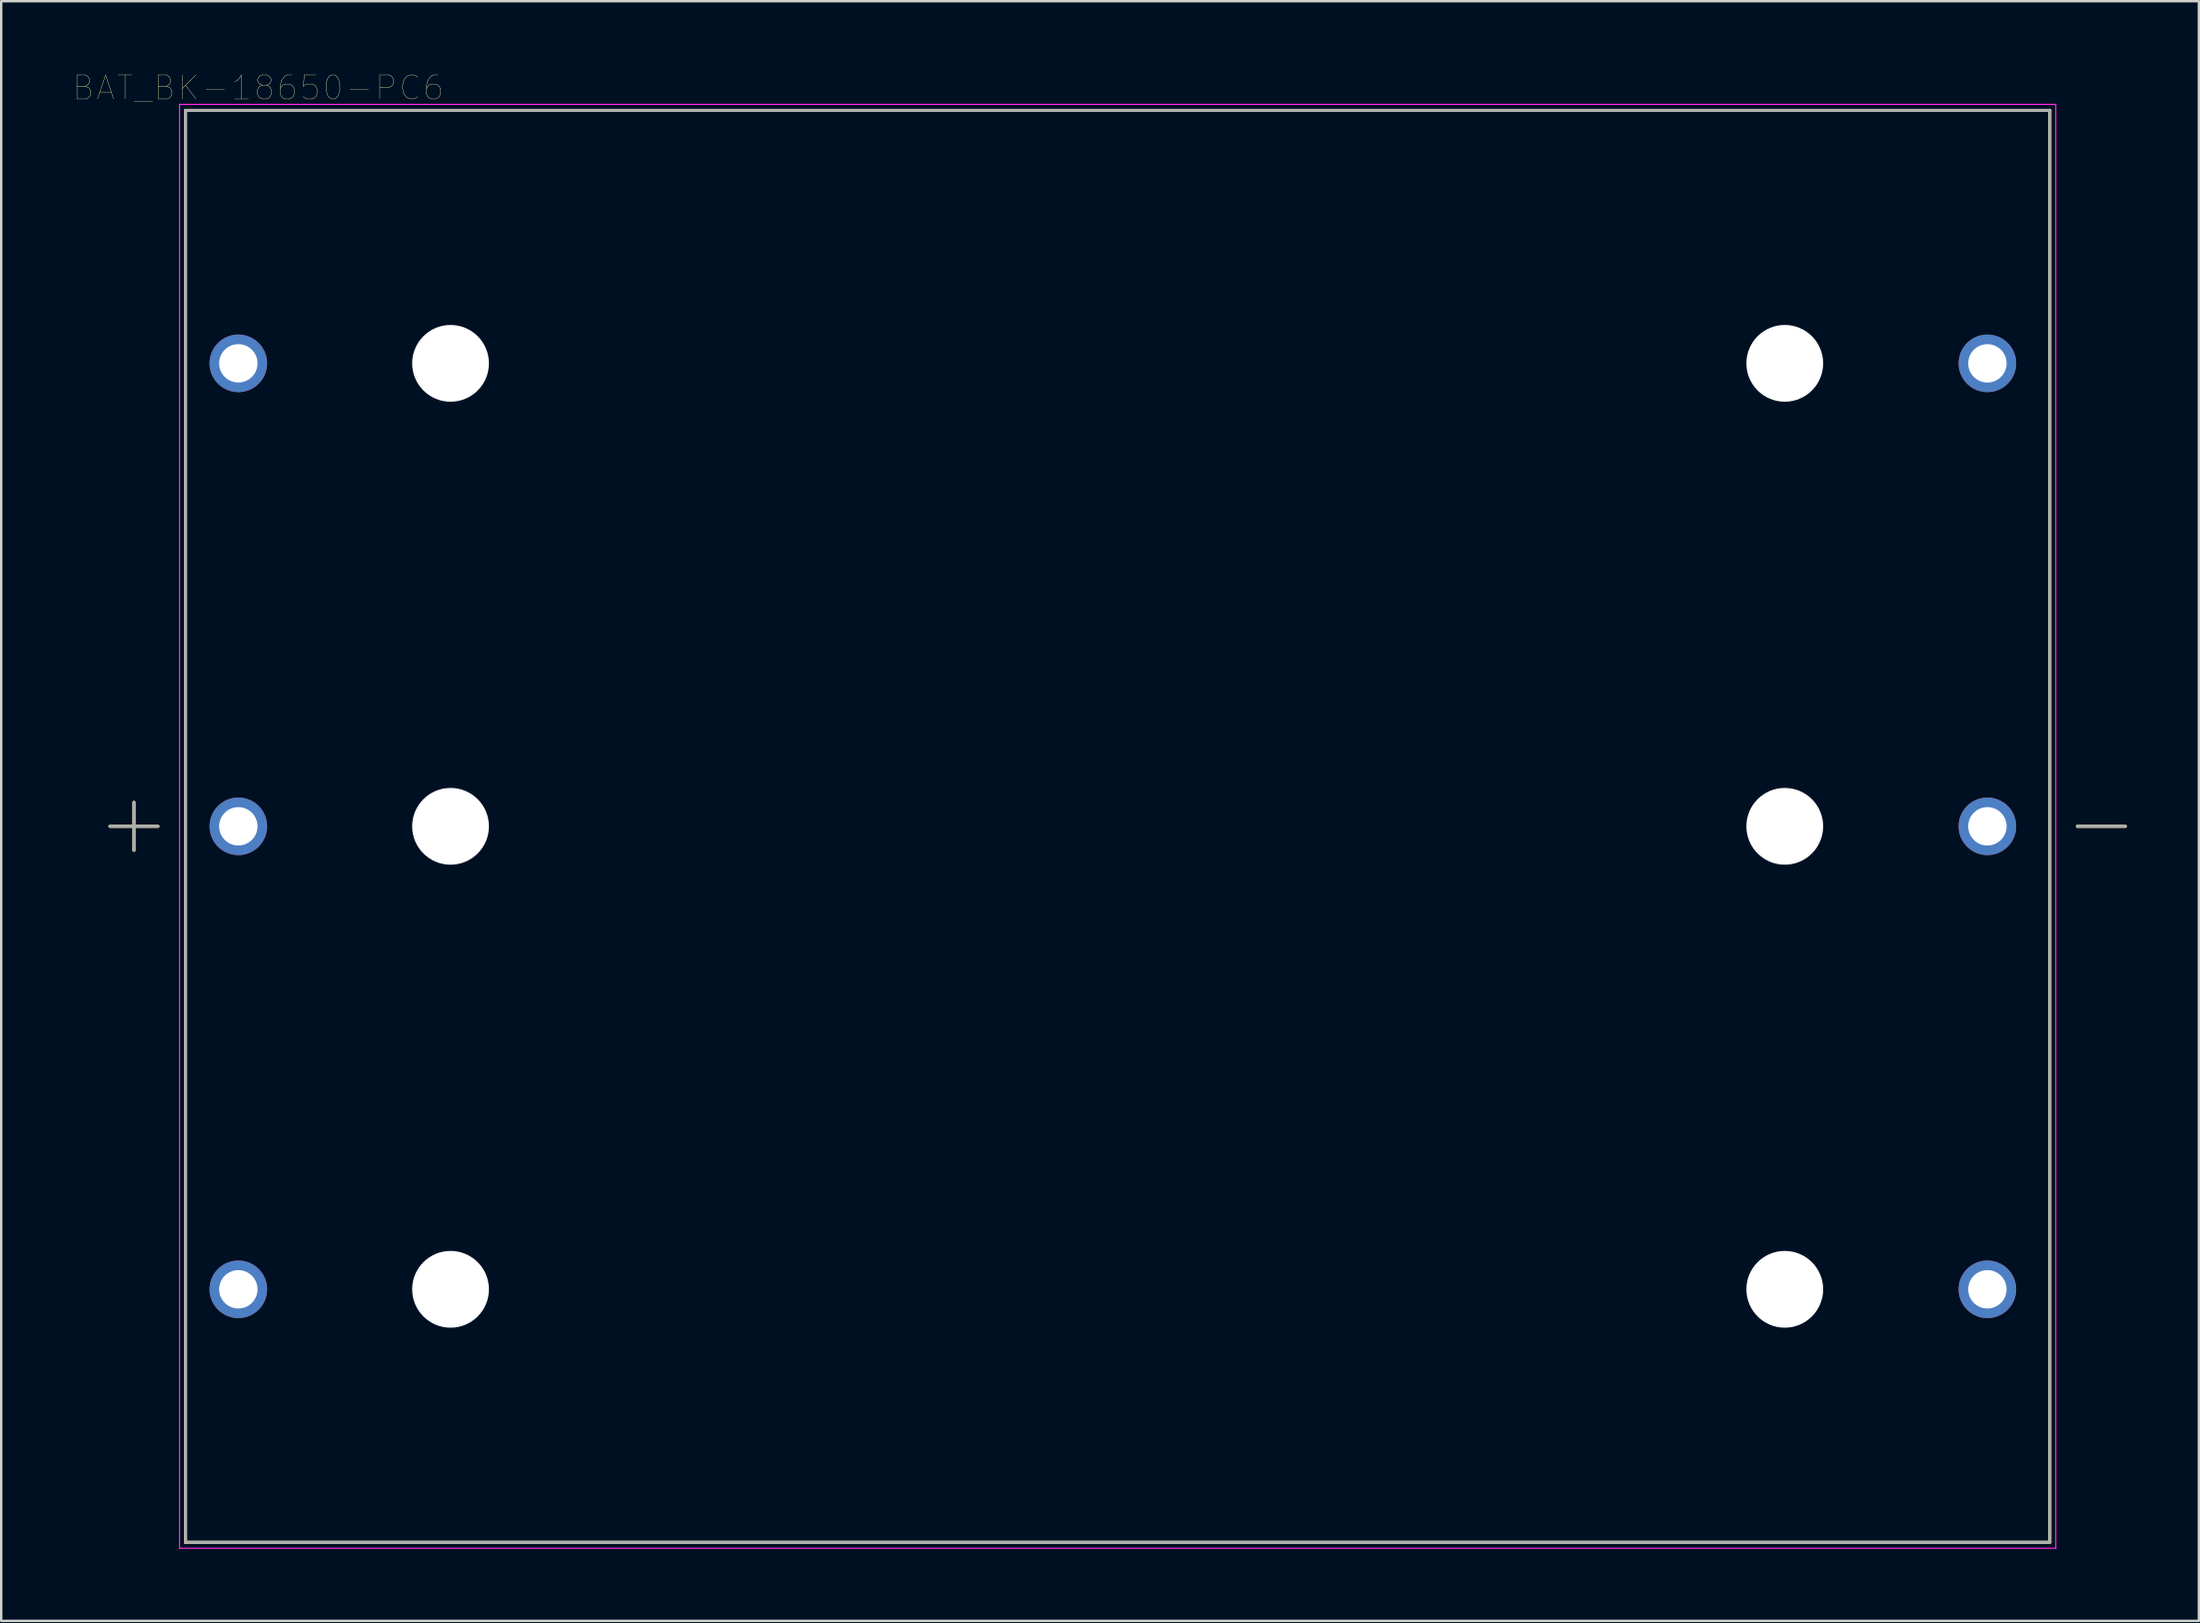
<source format=kicad_pcb>
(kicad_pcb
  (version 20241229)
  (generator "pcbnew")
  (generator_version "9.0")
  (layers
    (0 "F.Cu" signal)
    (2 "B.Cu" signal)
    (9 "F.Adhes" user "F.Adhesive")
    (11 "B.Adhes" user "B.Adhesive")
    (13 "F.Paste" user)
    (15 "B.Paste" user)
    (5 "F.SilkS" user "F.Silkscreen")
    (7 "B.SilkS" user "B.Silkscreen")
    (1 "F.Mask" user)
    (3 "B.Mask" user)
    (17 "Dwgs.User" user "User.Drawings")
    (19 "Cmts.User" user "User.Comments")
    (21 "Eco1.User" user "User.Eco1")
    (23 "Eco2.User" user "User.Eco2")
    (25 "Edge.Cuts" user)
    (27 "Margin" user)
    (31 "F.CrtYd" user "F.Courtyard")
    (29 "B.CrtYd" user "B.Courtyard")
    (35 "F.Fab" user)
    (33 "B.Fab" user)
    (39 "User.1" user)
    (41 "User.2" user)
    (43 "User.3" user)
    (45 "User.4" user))
  (footprint "BAT_BK-18650-PC6"
    (layer "F.Cu")
    (at 43.533 31.396)
    (property "Reference" "BAT_BK-18650-PC6" (at -35.825 -30.785 0) (layer "F.SilkS") (effects (font (size 1 1) (thickness 0.015))))
    (attr through_hole)
    (fp_line (start -42 0) (end -40 0) (stroke (width 0.127) (type solid)) (layer "F.SilkS"))
    (fp_line (start -41 -1) (end -41 1) (stroke (width 0.127) (type solid)) (layer "F.SilkS"))
    (fp_line (start -38.85 -29.845) (end 38.85 -29.845) (stroke (width 0.127) (type solid)) (layer "F.SilkS"))
    (fp_line (start -38.85 29.845) (end -38.85 -29.845) (stroke (width 0.127) (type solid)) (layer "F.SilkS"))
    (fp_line (start 38.85 -29.845) (end 38.85 29.845) (stroke (width 0.127) (type solid)) (layer "F.SilkS"))
    (fp_line (start 38.85 29.845) (end -38.85 29.845) (stroke (width 0.127) (type solid)) (layer "F.SilkS"))
    (fp_line (start 40 0) (end 42 0) (stroke (width 0.127) (type solid)) (layer "F.SilkS"))
    (fp_line (start -39.1 -30.095) (end 39.1 -30.095) (stroke (width 0.05) (type solid)) (layer "F.CrtYd"))
    (fp_line (start -39.1 30.095) (end -39.1 -30.095) (stroke (width 0.05) (type solid)) (layer "F.CrtYd"))
    (fp_line (start 39.1 -30.095) (end 39.1 30.095) (stroke (width 0.05) (type solid)) (layer "F.CrtYd"))
    (fp_line (start 39.1 30.095) (end -39.1 30.095) (stroke (width 0.05) (type solid)) (layer "F.CrtYd"))
    (fp_line (start -42 0) (end -40 0) (stroke (width 0.127) (type solid)) (layer "F.Fab"))
    (fp_line (start -41 -1) (end -41 1) (stroke (width 0.127) (type solid)) (layer "F.Fab"))
    (fp_line (start -38.85 -29.845) (end 38.85 -29.845) (stroke (width 0.127) (type solid)) (layer "F.Fab"))
    (fp_line (start -38.85 29.845) (end -38.85 -29.845) (stroke (width 0.127) (type solid)) (layer "F.Fab"))
    (fp_line (start 38.85 -29.845) (end 38.85 29.845) (stroke (width 0.127) (type solid)) (layer "F.Fab"))
    (fp_line (start 38.85 29.845) (end -38.85 29.845) (stroke (width 0.127) (type solid)) (layer "F.Fab"))
    (fp_line (start 40 0) (end 42 0) (stroke (width 0.127) (type solid)) (layer "F.Fab"))
    (pad "" np_thru_hole circle (at -27.805 -19.3) (size 3.2 3.2) (drill 3.2) (layers "*.Cu" "*.Mask"))
    (pad "" np_thru_hole circle (at -27.805 0) (size 3.2 3.2) (drill 3.2) (layers "*.Cu" "*.Mask"))
    (pad "" np_thru_hole circle (at -27.805 19.3) (size 3.2 3.2) (drill 3.2) (layers "*.Cu" "*.Mask"))
    (pad "" np_thru_hole circle (at 27.805 -19.3) (size 3.2 3.2) (drill 3.2) (layers "*.Cu" "*.Mask"))
    (pad "" np_thru_hole circle (at 27.805 0) (size 3.2 3.2) (drill 3.2) (layers "*.Cu" "*.Mask"))
    (pad "" np_thru_hole circle (at 27.805 19.3) (size 3.2 3.2) (drill 3.2) (layers "*.Cu" "*.Mask"))
    (pad "1" thru_hole circle (at 36.25 -19.3) (size 2.4 2.4) (drill 1.6) (layers "*.Cu" "*.Mask"))
    (pad "1+" thru_hole circle (at -36.65 -19.3) (size 2.4 2.4) (drill 1.6) (layers "*.Cu" "*.Mask"))
    (pad "2" thru_hole circle (at 36.25 0) (size 2.4 2.4) (drill 1.6) (layers "*.Cu" "*.Mask"))
    (pad "2+" thru_hole circle (at -36.65 0) (size 2.4 2.4) (drill 1.6) (layers "*.Cu" "*.Mask"))
    (pad "3" thru_hole circle (at 36.25 19.3) (size 2.4 2.4) (drill 1.6) (layers "*.Cu" "*.Mask"))
    (pad "3+" thru_hole circle (at -36.65 19.3) (size 2.4 2.4) (drill 1.6) (layers "*.Cu" "*.Mask")))
  (gr_rect
    (start -3 -3)
    (end 88.597 64.516)
    (stroke (width 0.1) (type default))
    (fill no)
    (layer "Edge.Cuts")))
</source>
